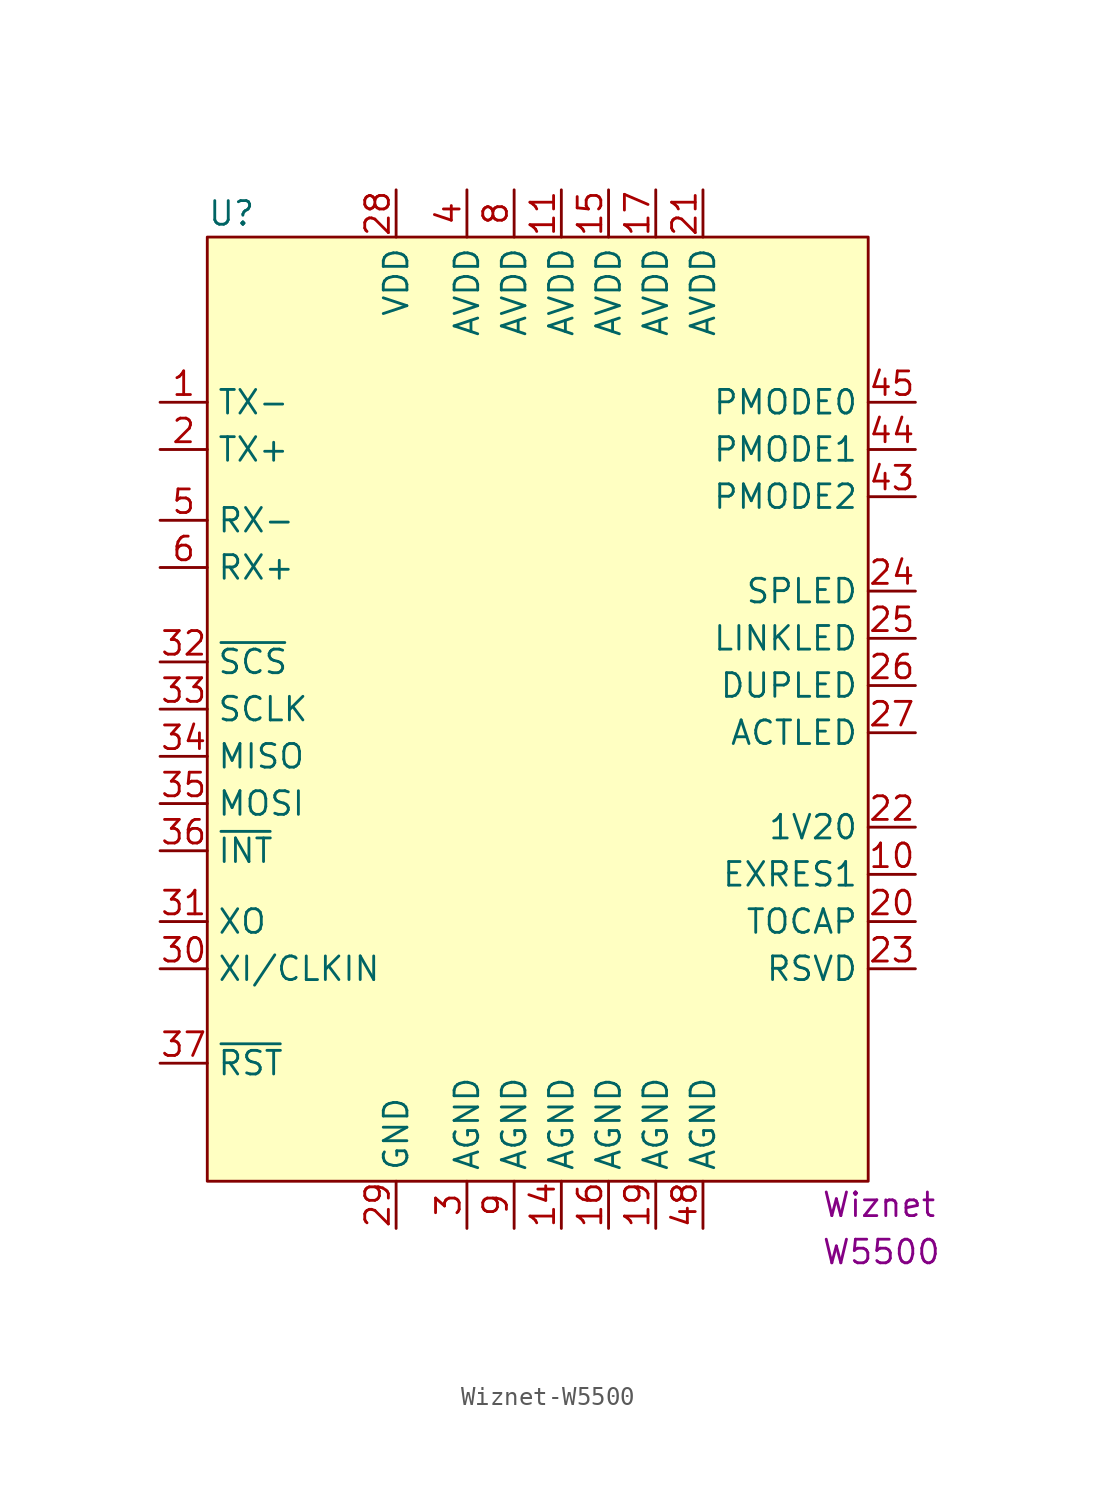
<source format=kicad_sym>
(kicad_symbol_lib
  (version 20211014)
  (generator kicad_symbol_editor)
  (symbol "Wiznet-W5500"
    (property "Reference" "U"
      (at -17.78 27.94 0)
      (effects (font (size 1.27 1.27)) (justify left)))
    (property "Manufacturer" "Wiznet"
      (at 15.24 -25.4 0)
      (effects (font (size 1.27 1.27)) (justify left)))
    (property "MPN" "W5500"
      (at 15.24 -27.94 0)
      (effects (font (size 1.27 1.27)) (justify left)))
    (symbol "Wiznet-W5500_0_0"
      (rectangle (start -17.78 26.67) (end 17.78 -24.13) (stroke (width 0) (type default) (color 0 0 0 0)) (fill (type background)))
      (pin output line (at -20.32 17.78 0) (length 2.54) (name "TX-" (effects (font (size 1.27 1.27)))) (number "1" (effects (font (size 1.27 1.27)))))
      (pin bidirectional line (at 20.32 -7.62 180) (length 2.54) (name "EXRES1" (effects (font (size 1.27 1.27)))) (number "10" (effects (font (size 1.27 1.27)))))
      (pin power_in line (at 1.27 29.21 270) (length 2.54) (name "AVDD" (effects (font (size 1.27 1.27)))) (number "11" (effects (font (size 1.27 1.27)))))
      (pin no_connect line (at 11.43 -26.67 90) (length 2.54) hide (name "NC" (effects (font (size 1.27 1.27)))) (number "12" (effects (font (size 1.27 1.27)))))
      (pin no_connect line (at 11.43 -26.67 90) (length 2.54) hide (name "NC" (effects (font (size 1.27 1.27)))) (number "13" (effects (font (size 1.27 1.27)))))
      (pin power_in line (at 1.27 -26.67 90) (length 2.54) (name "AGND" (effects (font (size 1.27 1.27)))) (number "14" (effects (font (size 1.27 1.27)))))
      (pin power_in line (at 3.81 29.21 270) (length 2.54) (name "AVDD" (effects (font (size 1.27 1.27)))) (number "15" (effects (font (size 1.27 1.27)))))
      (pin power_in line (at 3.81 -26.67 90) (length 2.54) (name "AGND" (effects (font (size 1.27 1.27)))) (number "16" (effects (font (size 1.27 1.27)))))
      (pin power_in line (at 6.35 29.21 270) (length 2.54) (name "AVDD" (effects (font (size 1.27 1.27)))) (number "17" (effects (font (size 1.27 1.27)))))
      (pin no_connect line (at 11.43 -26.67 90) (length 2.54) hide (name "VBG" (effects (font (size 1.27 1.27)))) (number "18" (effects (font (size 1.27 1.27)))))
      (pin power_in line (at 6.35 -26.67 90) (length 2.54) (name "AGND" (effects (font (size 1.27 1.27)))) (number "19" (effects (font (size 1.27 1.27)))))
      (pin output line (at -20.32 15.24 0) (length 2.54) (name "TX+" (effects (font (size 1.27 1.27)))) (number "2" (effects (font (size 1.27 1.27)))))
      (pin output line (at 20.32 -10.16 180) (length 2.54) (name "TOCAP" (effects (font (size 1.27 1.27)))) (number "20" (effects (font (size 1.27 1.27)))))
      (pin input line (at 8.89 29.21 270) (length 2.54) (name "AVDD" (effects (font (size 1.27 1.27)))) (number "21" (effects (font (size 1.27 1.27)))))
      (pin power_out line (at 20.32 -5.08 180) (length 2.54) (name "1V20" (effects (font (size 1.27 1.27)))) (number "22" (effects (font (size 1.27 1.27)))))
      (pin passive line (at 20.32 -12.7 180) (length 2.54) (name "RSVD" (effects (font (size 1.27 1.27)))) (number "23" (effects (font (size 1.27 1.27)))))
      (pin output line (at 20.32 7.62 180) (length 2.54) (name "SPLED" (effects (font (size 1.27 1.27)))) (number "24" (effects (font (size 1.27 1.27)))))
      (pin output line (at 20.32 5.08 180) (length 2.54) (name "LINKLED" (effects (font (size 1.27 1.27)))) (number "25" (effects (font (size 1.27 1.27)))))
      (pin output line (at 20.32 2.54 180) (length 2.54) (name "DUPLED" (effects (font (size 1.27 1.27)))) (number "26" (effects (font (size 1.27 1.27)))))
      (pin output line (at 20.32 0 180) (length 2.54) (name "ACTLED" (effects (font (size 1.27 1.27)))) (number "27" (effects (font (size 1.27 1.27)))))
      (pin power_in line (at -7.62 29.21 270) (length 2.54) (name "VDD" (effects (font (size 1.27 1.27)))) (number "28" (effects (font (size 1.27 1.27)))))
      (pin power_in line (at -7.62 -26.67 90) (length 2.54) (name "GND" (effects (font (size 1.27 1.27)))) (number "29" (effects (font (size 1.27 1.27)))))
      (pin power_in line (at -3.81 -26.67 90) (length 2.54) (name "AGND" (effects (font (size 1.27 1.27)))) (number "3" (effects (font (size 1.27 1.27)))))
      (pin input line (at -20.32 -12.7 0) (length 2.54) (name "XI/CLKIN" (effects (font (size 1.27 1.27)))) (number "30" (effects (font (size 1.27 1.27)))))
      (pin output line (at -20.32 -10.16 0) (length 2.54) (name "XO" (effects (font (size 1.27 1.27)))) (number "31" (effects (font (size 1.27 1.27)))))
      (pin input line (at -20.32 3.81 0) (length 2.54) (name "~{SCS}" (effects (font (size 1.27 1.27)))) (number "32" (effects (font (size 1.27 1.27)))))
      (pin input line (at -20.32 1.27 0) (length 2.54) (name "SCLK" (effects (font (size 1.27 1.27)))) (number "33" (effects (font (size 1.27 1.27)))))
      (pin input line (at -20.32 -1.27 0) (length 2.54) (name "MISO" (effects (font (size 1.27 1.27)))) (number "34" (effects (font (size 1.27 1.27)))))
      (pin input line (at -20.32 -3.81 0) (length 2.54) (name "MOSI" (effects (font (size 1.27 1.27)))) (number "35" (effects (font (size 1.27 1.27)))))
      (pin output line (at -20.32 -6.35 0) (length 2.54) (name "~{INT}" (effects (font (size 1.27 1.27)))) (number "36" (effects (font (size 1.27 1.27)))))
      (pin input line (at -20.32 -17.78 0) (length 2.54) (name "~{RST}" (effects (font (size 1.27 1.27)))) (number "37" (effects (font (size 1.27 1.27)))))
      (pin no_connect line (at 11.43 -26.67 90) (length 2.54) hide (name "RSVD" (effects (font (size 1.27 1.27)))) (number "38" (effects (font (size 1.27 1.27)))))
      (pin no_connect line (at 11.43 -26.67 90) (length 2.54) hide (name "RSVD" (effects (font (size 1.27 1.27)))) (number "39" (effects (font (size 1.27 1.27)))))
      (pin power_in line (at -3.81 29.21 270) (length 2.54) (name "AVDD" (effects (font (size 1.27 1.27)))) (number "4" (effects (font (size 1.27 1.27)))))
      (pin no_connect line (at 11.43 -26.67 90) (length 2.54) hide (name "RSVD" (effects (font (size 1.27 1.27)))) (number "40" (effects (font (size 1.27 1.27)))))
      (pin no_connect line (at 11.43 -26.67 90) (length 2.54) hide (name "RSVD" (effects (font (size 1.27 1.27)))) (number "41" (effects (font (size 1.27 1.27)))))
      (pin no_connect line (at 11.43 -26.67 90) (length 2.54) hide (name "RSVD" (effects (font (size 1.27 1.27)))) (number "42" (effects (font (size 1.27 1.27)))))
      (pin input line (at 20.32 12.7 180) (length 2.54) (name "PMODE2" (effects (font (size 1.27 1.27)))) (number "43" (effects (font (size 1.27 1.27)))))
      (pin input line (at 20.32 15.24 180) (length 2.54) (name "PMODE1" (effects (font (size 1.27 1.27)))) (number "44" (effects (font (size 1.27 1.27)))))
      (pin input line (at 20.32 17.78 180) (length 2.54) (name "PMODE0" (effects (font (size 1.27 1.27)))) (number "45" (effects (font (size 1.27 1.27)))))
      (pin no_connect line (at 11.43 -26.67 90) (length 2.54) hide (name "NC" (effects (font (size 1.27 1.27)))) (number "46" (effects (font (size 1.27 1.27)))))
      (pin no_connect line (at 11.43 -26.67 90) (length 2.54) hide (name "NC" (effects (font (size 1.27 1.27)))) (number "47" (effects (font (size 1.27 1.27)))))
      (pin power_in line (at 8.89 -26.67 90) (length 2.54) (name "AGND" (effects (font (size 1.27 1.27)))) (number "48" (effects (font (size 1.27 1.27)))))
      (pin input line (at -20.32 11.43 0) (length 2.54) (name "RX-" (effects (font (size 1.27 1.27)))) (number "5" (effects (font (size 1.27 1.27)))))
      (pin input line (at -20.32 8.89 0) (length 2.54) (name "RX+" (effects (font (size 1.27 1.27)))) (number "6" (effects (font (size 1.27 1.27)))))
      (pin no_connect line (at 11.43 -26.67 90) (length 2.54) hide (name "DNC" (effects (font (size 1.27 1.27)))) (number "7" (effects (font (size 1.27 1.27)))))
      (pin power_in line (at -1.27 29.21 270) (length 2.54) (name "AVDD" (effects (font (size 1.27 1.27)))) (number "8" (effects (font (size 1.27 1.27)))))
      (pin power_in line (at -1.27 -26.67 90) (length 2.54) (name "AGND" (effects (font (size 1.27 1.27)))) (number "9" (effects (font (size 1.27 1.27))))))))
</source>
